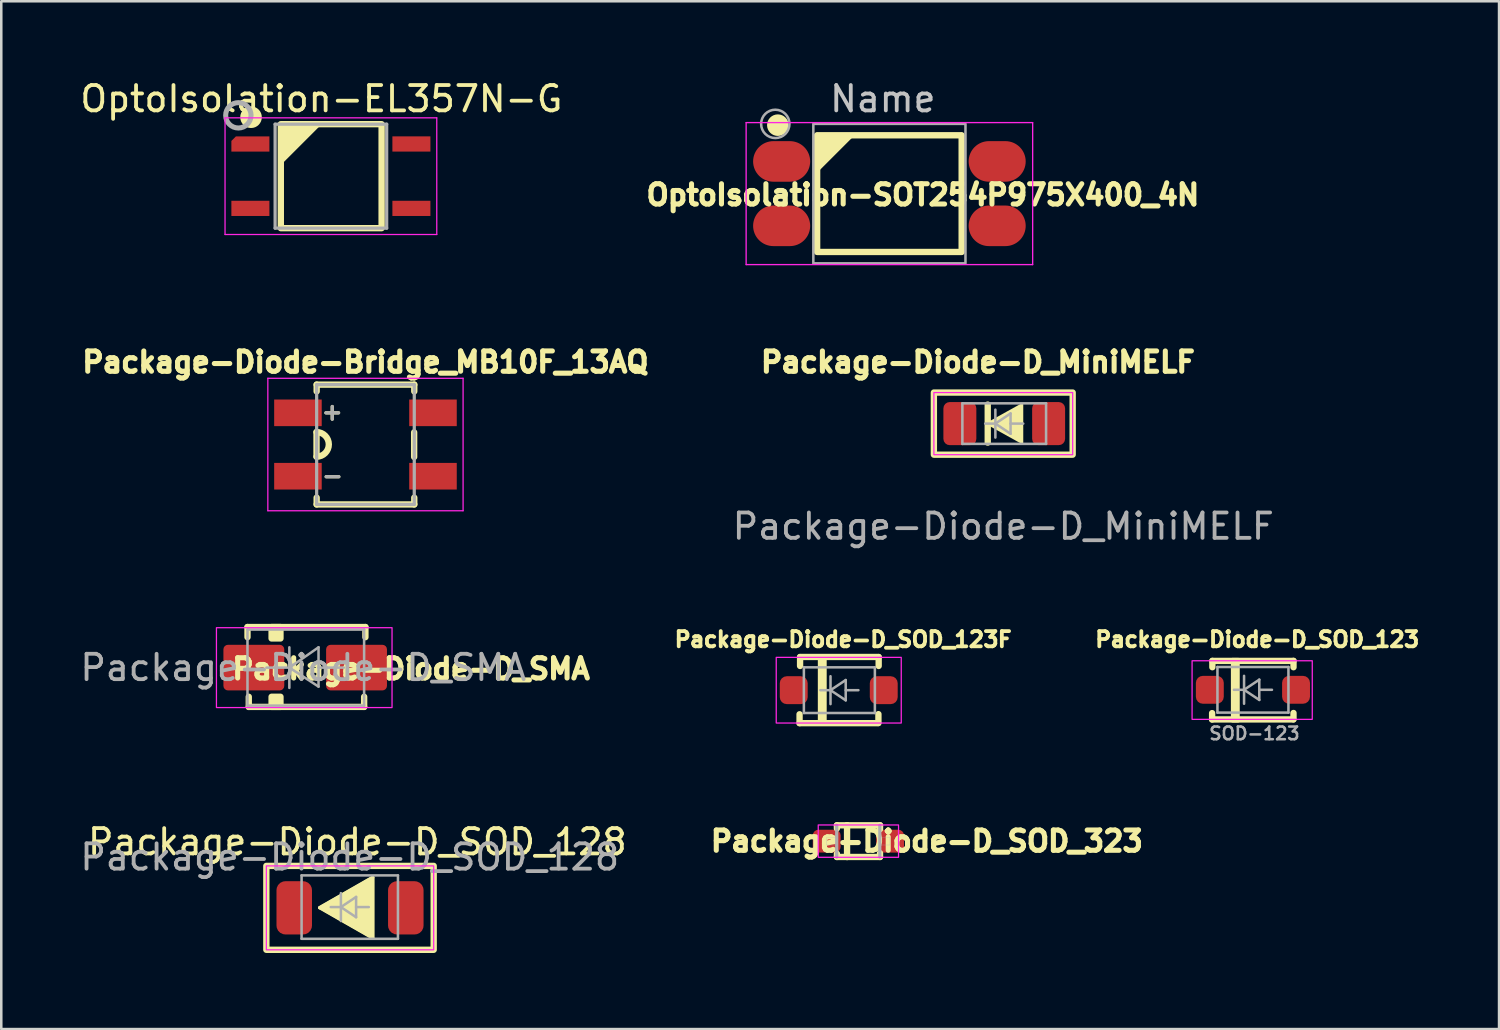
<source format=kicad_pcb>
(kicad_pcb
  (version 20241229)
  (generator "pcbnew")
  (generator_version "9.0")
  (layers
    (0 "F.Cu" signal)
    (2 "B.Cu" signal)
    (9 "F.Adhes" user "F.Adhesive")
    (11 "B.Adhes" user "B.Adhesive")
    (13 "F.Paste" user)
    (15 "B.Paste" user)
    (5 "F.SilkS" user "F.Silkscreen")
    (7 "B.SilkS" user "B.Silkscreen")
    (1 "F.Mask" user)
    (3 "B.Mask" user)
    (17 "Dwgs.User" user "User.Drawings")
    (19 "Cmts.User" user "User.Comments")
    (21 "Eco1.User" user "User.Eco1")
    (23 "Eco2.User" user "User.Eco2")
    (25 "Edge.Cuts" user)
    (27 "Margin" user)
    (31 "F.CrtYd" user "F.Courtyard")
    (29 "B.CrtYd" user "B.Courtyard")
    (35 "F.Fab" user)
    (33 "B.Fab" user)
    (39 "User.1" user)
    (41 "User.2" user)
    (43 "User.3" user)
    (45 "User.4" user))
  (footprint "Package-Diode-D_SOD_128"
    (layer "F.Cu")
    (at 10.744 32.753)
    (property "Reference" "Package-Diode-D_SOD_128" (at 0.3 -2.6 0) (layer "F.SilkS") (effects (font (size 1 1) (thickness 0.15))))
    (attr smd)
    (fp_line (start -1.19 0) (end 0.91 -1.2) (stroke (width 0.12) (type solid)) (layer "F.SilkS"))
    (fp_line (start 0.91 -1.2) (end 0.91 1.2) (stroke (width 0.12) (type solid)) (layer "F.SilkS"))
    (fp_line (start 0.91 1.2) (end -1.19 0) (stroke (width 0.12) (type solid)) (layer "F.SilkS"))
    (fp_rect (start -3.29 -1.655) (end 3.31 1.655) (stroke (width 0.25) (type solid)) (fill no) (layer "F.SilkS"))
    (fp_poly (pts (xy 0.91 1.185) (xy -1.19 -0.015) (xy 0.91 -1.215)) (stroke (width 0.12) (type solid)) (fill yes) (layer "F.SilkS"))
    (fp_rect (start -3.29 -1.655) (end 3.31 1.655) (stroke (width 0.05) (type default)) (fill no) (layer "F.CrtYd"))
    (fp_line (start -1.9 -1.28) (end 1.9 -1.28) (stroke (width 0.1) (type solid)) (layer "F.Fab"))
    (fp_line (start -1.9 1.22) (end -1.9 -1.28) (stroke (width 0.1) (type solid)) (layer "F.Fab"))
    (fp_line (start -0.75 -0.03) (end -0.35 -0.03) (stroke (width 0.1) (type solid)) (layer "F.Fab"))
    (fp_line (start -0.35 -0.03) (end -0.35 -0.58) (stroke (width 0.1) (type solid)) (layer "F.Fab"))
    (fp_line (start -0.35 -0.03) (end -0.35 0.52) (stroke (width 0.1) (type solid)) (layer "F.Fab"))
    (fp_line (start -0.35 -0.03) (end 0.25 -0.43) (stroke (width 0.1) (type solid)) (layer "F.Fab"))
    (fp_line (start 0.25 -0.43) (end 0.25 0.37) (stroke (width 0.1) (type solid)) (layer "F.Fab"))
    (fp_line (start 0.25 -0.03) (end 0.75 -0.03) (stroke (width 0.1) (type solid)) (layer "F.Fab"))
    (fp_line (start 0.25 0.37) (end -0.35 -0.03) (stroke (width 0.1) (type solid)) (layer "F.Fab"))
    (fp_line (start 1.9 -1.28) (end 1.9 1.22) (stroke (width 0.1) (type solid)) (layer "F.Fab"))
    (fp_line (start 1.9 1.22) (end -1.9 1.22) (stroke (width 0.1) (type solid)) (layer "F.Fab"))
    (fp_text user "${REFERENCE}" (at 0 -2 0) (layer "F.Fab") (effects (font (size 1 1) (thickness 0.15))))
    (pad "1" smd roundrect (at 2.21 0) (size 1.4 2.1) (layers "F.Cu" "F.Mask" "F.Paste") (roundrect_rratio 0.25))
    (pad "2" smd roundrect (at -2.19 0) (size 1.4 2.1) (layers "F.Cu" "F.Mask" "F.Paste") (roundrect_rratio 0.25)))
  (footprint "Package-Diode-D_SMA"
    (layer "F.Cu")
    (at 8.911 23.279)
    (property "Reference" "Package-Diode-D_SMA" (at 4.25 0.05 0) (unlocked yes) (layer "F.SilkS") (effects (font (size 0.8 0.8) (thickness 0.2) (bold yes))))
    (attr smd)
    (fp_line (start -2.2 -1.6) (end -2.2 -1.2) (stroke (width 0.25) (type default)) (layer "F.SilkS"))
    (fp_line (start -2.2 -1.6) (end 2.45 -1.6) (stroke (width 0.25) (type default)) (layer "F.SilkS"))
    (fp_line (start -2.15 1.15) (end -2.15 1.55) (stroke (width 0.25) (type default)) (layer "F.SilkS"))
    (fp_line (start -2.15 1.55) (end 2.4 1.55) (stroke (width 0.25) (type default)) (layer "F.SilkS"))
    (fp_line (start 2.4 1.55) (end 2.4 1.15) (stroke (width 0.25) (type default)) (layer "F.SilkS"))
    (fp_line (start 2.45 -1.6) (end 2.45 -1.2) (stroke (width 0.25) (type default)) (layer "F.SilkS"))
    (fp_rect (start -1.25 -1.6) (end -0.9 -1.15) (stroke (width 0.25) (type solid)) (fill yes) (layer "F.SilkS"))
    (fp_rect (start -1.25 1.15) (end -0.9 1.55) (stroke (width 0.25) (type solid)) (fill yes) (layer "F.SilkS"))
    (fp_rect (start -3.425 -1.575) (end 3.5 1.575) (stroke (width 0.05) (type default)) (fill no) (layer "F.CrtYd"))
    (fp_line (start -2.201 1.499) (end -2.201 -1.501) (stroke (width 0.1) (type solid)) (layer "F.Fab"))
    (fp_line (start -0.55 -0.8) (end -0.55 0.8) (stroke (width 0.1) (type solid)) (layer "F.Fab"))
    (fp_line (start -0.55 0) (end -1.452 0) (stroke (width 0.1) (type solid)) (layer "F.Fab"))
    (fp_line (start -0.55 0) (end 0.601 -0.8) (stroke (width 0.1) (type solid)) (layer "F.Fab"))
    (fp_line (start -0.55 0) (end 0.601 0.749) (stroke (width 0.1) (type solid)) (layer "F.Fab"))
    (fp_line (start 0.601 0) (end 1.599 0) (stroke (width 0.1) (type solid)) (layer "F.Fab"))
    (fp_line (start 0.601 0.749) (end 0.601 -0.8) (stroke (width 0.1) (type solid)) (layer "F.Fab"))
    (fp_line (start 2.399 -1.501) (end -2.201 -1.501) (stroke (width 0.1) (type solid)) (layer "F.Fab"))
    (fp_line (start 2.399 -1.501) (end 2.399 1.499) (stroke (width 0.1) (type solid)) (layer "F.Fab"))
    (fp_line (start 2.399 1.499) (end -2.201 1.499) (stroke (width 0.1) (type solid)) (layer "F.Fab"))
    (fp_text user "${REFERENCE}" (at 0 0 0) (unlocked yes) (layer "F.Fab") (effects (font (size 1 1) (thickness 0.15))))
    (pad "1" smd roundrect (at 2.1 0) (size 2.4 1.8) (layers "F.Cu" "F.Mask" "F.Paste") (roundrect_rratio 0.1))
    (pad "2" smd roundrect (at -1.95 0) (size 2.4 1.8) (layers "F.Cu" "F.Mask" "F.Paste") (roundrect_rratio 0.1)))
  (footprint "Package-Diode-D_SOD_123"
    (layer "F.Cu")
    (at 46.333 24.169)
    (property "Reference" "Package-Diode-D_SOD_123" (at 0.2 -2 180) (layer "F.SilkS") (effects (font (size 0.6 0.6) (thickness 0.15))))
    (attr smd)
    (fp_line (start -1.58 1.155) (end -1.58 0.905) (stroke (width 0.25) (type solid)) (layer "F.SilkS"))
    (fp_line (start -1.57 -1.155) (end -1.57 -0.905) (stroke (width 0.25) (type solid)) (layer "F.SilkS"))
    (fp_line (start -1.57 -1.155) (end 1.63 -1.155) (stroke (width 0.25) (type solid)) (layer "F.SilkS"))
    (fp_line (start 1.62 1.155) (end -1.58 1.155) (stroke (width 0.25) (type solid)) (layer "F.SilkS"))
    (fp_line (start 1.63 -1.155) (end 1.63 -0.905) (stroke (width 0.25) (type solid)) (layer "F.SilkS"))
    (fp_line (start 1.63 0.9) (end 1.63 1.15) (stroke (width 0.25) (type solid)) (layer "F.SilkS"))
    (fp_rect (start -0.78 -1.215) (end -0.55 1.215) (stroke (width 0.12) (type solid)) (fill yes) (layer "F.SilkS"))
    (fp_rect (start -2.37 -1.16) (end 2.37 1.15) (stroke (width 0.05) (type solid)) (fill no) (layer "F.CrtYd"))
    (fp_line (start -1.37 -0.915) (end 1.43 -0.915) (stroke (width 0.1) (type solid)) (layer "F.Fab"))
    (fp_line (start -1.37 0.885) (end -1.37 -0.915) (stroke (width 0.1) (type solid)) (layer "F.Fab"))
    (fp_line (start -0.72 -0.015) (end -0.32 -0.015) (stroke (width 0.1) (type solid)) (layer "F.Fab"))
    (fp_line (start -0.32 -0.015) (end -0.32 -0.565) (stroke (width 0.1) (type solid)) (layer "F.Fab"))
    (fp_line (start -0.32 -0.015) (end -0.32 0.535) (stroke (width 0.1) (type solid)) (layer "F.Fab"))
    (fp_line (start -0.32 -0.015) (end 0.28 -0.415) (stroke (width 0.1) (type solid)) (layer "F.Fab"))
    (fp_line (start 0.28 -0.415) (end 0.28 0.385) (stroke (width 0.1) (type solid)) (layer "F.Fab"))
    (fp_line (start 0.28 -0.015) (end 0.78 -0.015) (stroke (width 0.1) (type solid)) (layer "F.Fab"))
    (fp_line (start 0.28 0.385) (end -0.32 -0.015) (stroke (width 0.1) (type solid)) (layer "F.Fab"))
    (fp_line (start 1.43 -0.915) (end 1.43 0.885) (stroke (width 0.1) (type solid)) (layer "F.Fab"))
    (fp_line (start 1.43 0.885) (end -1.37 0.885) (stroke (width 0.1) (type solid)) (layer "F.Fab"))
    (fp_text user "SOD-123" (at -1.75 2 0) (unlocked yes) (layer "F.Fab") (effects (font (size 0.5 0.5) (thickness 0.1)) (justify left bottom)))
    (pad "1" smd roundrect (at 1.73 -0.015) (size 1.1 1.1) (layers "F.Cu" "F.Mask" "F.Paste") (roundrect_rratio 0.25))
    (pad "2" smd roundrect (at -1.67 -0.015) (size 1.1 1.1) (layers "F.Cu" "F.Mask" "F.Paste") (roundrect_rratio 0.25)))
  (footprint "OptoIsolation-SOT254P975X400_4N"
    (layer "F.Cu")
    (at 32.026 4.586)
    (property "Reference" "OptoIsolation-SOT254P975X400_4N" (at 1.32 0.05 180) (layer "F.SilkS") (effects (font (size 0.8 0.8) (thickness 0.3))))
    (attr smd)
    (fp_line (start -2.85 -2.3) (end 2.85 -2.3) (stroke (width 0.2) (type solid)) (layer "F.SilkS"))
    (fp_line (start -2.85 2.3) (end -2.85 -2.3) (stroke (width 0.2) (type solid)) (layer "F.SilkS"))
    (fp_line (start 2.85 -2.3) (end 2.85 2.3) (stroke (width 0.2) (type solid)) (layer "F.SilkS"))
    (fp_line (start 2.85 2.3) (end -2.85 2.3) (stroke (width 0.2) (type solid)) (layer "F.SilkS"))
    (fp_rect (start -2.85 -2.3) (end 2.85 2.3) (stroke (width 0.25) (type default)) (fill no) (layer "F.SilkS"))
    (fp_circle (center -4.4 -2.7) (end -4.1 -2.71) (stroke (width 0.25) (type solid)) (fill yes) (layer "F.SilkS"))
    (fp_poly (pts (xy -2.85 -2.3) (xy -1.46 -2.3) (xy -2.84 -0.92)) (stroke (width 0.12) (type solid)) (fill yes) (layer "F.SilkS"))
    (fp_line (start -5.65 -2.8) (end 5.65 -2.8) (stroke (width 0.052) (type solid)) (layer "F.CrtYd"))
    (fp_line (start -5.65 2.8) (end -5.65 -2.8) (stroke (width 0.052) (type solid)) (layer "F.CrtYd"))
    (fp_line (start 5.65 -2.8) (end 5.65 2.8) (stroke (width 0.052) (type solid)) (layer "F.CrtYd"))
    (fp_line (start 5.65 2.8) (end -5.65 2.8) (stroke (width 0.052) (type solid)) (layer "F.CrtYd"))
    (fp_rect (start -3 -2.75) (end 3 2.75) (stroke (width 0.1) (type default)) (fill no) (layer "F.Fab"))
    (fp_circle (center -4.5 -2.75) (end -4 -2.5) (stroke (width 0.1) (type default)) (fill no) (layer "F.Fab"))
    (fp_text user "Name" (at -0.26 -3.737 180) (layer "Dwgs.User") (effects (font (size 1.001 1.001) (thickness 0.15))))
    (pad "1" smd oval (at -4.25 -1.27) (size 2.25 1.6) (layers "F.Cu" "F.Mask" "F.Paste"))
    (pad "2" smd oval (at -4.25 1.27) (size 2.25 1.6) (layers "F.Cu" "F.Mask" "F.Paste"))
    (pad "3" smd oval (at 4.25 1.27) (size 2.25 1.6) (layers "F.Cu" "F.Mask" "F.Paste"))
    (pad "4" smd oval (at 4.25 -1.27) (size 2.25 1.6) (layers "F.Cu" "F.Mask" "F.Paste")))
  (footprint "OptoIsolation-EL357N-G"
    (layer "F.Cu")
    (at 10 3.898)
    (property "Reference" "OptoIsolation-EL357N-G" (at -0.375 -3.05 0) (layer "F.SilkS") (effects (font (size 1 1) (thickness 0.15))))
    (attr through_hole)
    (fp_rect (start -1.975 -2.05) (end 2 2.05) (stroke (width 0.25) (type solid)) (fill no) (layer "F.SilkS"))
    (fp_circle (center -3.15 -2.325) (end -2.825 -2.3) (stroke (width 0.2) (type solid)) (fill yes) (layer "F.SilkS"))
    (fp_poly (pts (xy -1.975 -2.05) (xy -0.45 -2.05) (xy -2 -0.5)) (stroke (width 0.12) (type solid)) (fill yes) (layer "F.SilkS"))
    (fp_line (start -4.175 -2.3) (end -4.175 2.3) (stroke (width 0.05) (type solid)) (layer "F.CrtYd"))
    (fp_line (start -4.175 2.3) (end 4.175 2.3) (stroke (width 0.05) (type solid)) (layer "F.CrtYd"))
    (fp_line (start 4.175 -2.3) (end -4.175 -2.3) (stroke (width 0.05) (type solid)) (layer "F.CrtYd"))
    (fp_line (start 4.175 2.3) (end 4.175 -2.3) (stroke (width 0.05) (type solid)) (layer "F.CrtYd"))
    (fp_line (start -2.2 -2.05) (end 2.2 -2.05) (stroke (width 0.127) (type solid)) (layer "F.Fab"))
    (fp_line (start -2.2 2.05) (end -2.2 -2.05) (stroke (width 0.127) (type solid)) (layer "F.Fab"))
    (fp_line (start 2.2 -2.05) (end 2.2 2.05) (stroke (width 0.127) (type solid)) (layer "F.Fab"))
    (fp_line (start 2.2 2.05) (end -2.2 2.05) (stroke (width 0.127) (type solid)) (layer "F.Fab"))
    (fp_circle (center -3.65 -2.4) (end -3.15 -2.4) (stroke (width 0.2) (type solid)) (fill no) (layer "F.Fab"))
    (pad "1" smd roundrect (at -3.175 -1.27) (size 1.5 0.6) (layers "F.Cu" "F.Mask" "F.Paste") (roundrect_rratio 0) (chamfer_ratio 0.3) (chamfer top_left))
    (pad "2" smd rect (at -3.175 1.27) (size 1.5 0.6) (layers "F.Cu" "F.Mask" "F.Paste"))
    (pad "3" smd rect (at 3.175 1.27) (size 1.5 0.6) (layers "F.Cu" "F.Mask" "F.Paste"))
    (pad "4" smd rect (at 3.175 -1.27) (size 1.5 0.6) (layers "F.Cu" "F.Mask" "F.Paste")))
  (footprint "Package-Diode-D_SOD_123F"
    (layer "F.Cu")
    (at 30.003 24.169)
    (property "Reference" "Package-Diode-D_SOD_123F" (at 0.2 -2 180) (layer "F.SilkS") (effects (font (size 0.6 0.6) (thickness 0.15))))
    (attr smd)
    (fp_line (start -1.52 1.3) (end -1.52 0.95) (stroke (width 0.25) (type solid)) (layer "F.SilkS"))
    (fp_line (start -1.5 -1.31) (end 1.6 -1.31) (stroke (width 0.25) (type solid)) (layer "F.SilkS"))
    (fp_line (start -1.5 -1.305) (end -1.5 -0.955) (stroke (width 0.25) (type solid)) (layer "F.SilkS"))
    (fp_line (start 1.58 1.3) (end -1.52 1.3) (stroke (width 0.25) (type solid)) (layer "F.SilkS"))
    (fp_line (start 1.59 0.945) (end 1.59 1.295) (stroke (width 0.25) (type solid)) (layer "F.SilkS"))
    (fp_line (start 1.6 -1.305) (end 1.6 -0.955) (stroke (width 0.25) (type solid)) (layer "F.SilkS"))
    (fp_rect (start -0.74 -1.325) (end -0.51 1.24) (stroke (width 0.12) (type solid)) (fill yes) (layer "F.SilkS"))
    (fp_rect (start -2.44 -1.295) (end 2.49 1.295) (stroke (width 0.05) (type solid)) (fill no) (layer "F.CrtYd"))
    (fp_line (start -1.35 -0.9) (end 1.45 -0.9) (stroke (width 0.1) (type solid)) (layer "F.Fab"))
    (fp_line (start -1.35 0.9) (end -1.35 -0.9) (stroke (width 0.1) (type solid)) (layer "F.Fab"))
    (fp_line (start -0.7 0) (end -0.3 0) (stroke (width 0.1) (type solid)) (layer "F.Fab"))
    (fp_line (start -0.3 0) (end -0.3 -0.55) (stroke (width 0.1) (type solid)) (layer "F.Fab"))
    (fp_line (start -0.3 0) (end -0.3 0.55) (stroke (width 0.1) (type solid)) (layer "F.Fab"))
    (fp_line (start -0.3 0) (end 0.3 -0.4) (stroke (width 0.1) (type solid)) (layer "F.Fab"))
    (fp_line (start 0.3 -0.4) (end 0.3 0.4) (stroke (width 0.1) (type solid)) (layer "F.Fab"))
    (fp_line (start 0.3 0) (end 0.8 0) (stroke (width 0.1) (type solid)) (layer "F.Fab"))
    (fp_line (start 0.3 0.4) (end -0.3 0) (stroke (width 0.1) (type solid)) (layer "F.Fab"))
    (fp_line (start 1.45 -0.9) (end 1.45 0.9) (stroke (width 0.1) (type solid)) (layer "F.Fab"))
    (fp_line (start 1.45 0.9) (end -1.35 0.9) (stroke (width 0.1) (type solid)) (layer "F.Fab"))
    (pad "1" smd roundrect (at 1.8 0) (size 1.1 1.1) (layers "F.Cu" "F.Mask" "F.Paste") (roundrect_rratio 0.25))
    (pad "2" smd roundrect (at -1.75 0) (size 1.1 1.1) (layers "F.Cu" "F.Mask" "F.Paste") (roundrect_rratio 0.25)))
  (footprint "Package-Diode-Bridge_MB10F_13AQ"
    (layer "F.Cu")
    (at 11.363 14.481)
    (property "Reference" "Package-Diode-Bridge_MB10F_13AQ" (at 0 -3.25 0) (layer "F.SilkS") (effects (font (size 0.8 0.8) (thickness 0.2))))
    (attr smd)
    (fp_line (start -1.93 0.48) (end -1.93 -0.49) (stroke (width 0.25) (type solid)) (layer "F.SilkS"))
    (fp_line (start -1.925 -2.362) (end -1.925 -2.095) (stroke (width 0.25) (type solid)) (layer "F.SilkS"))
    (fp_line (start -1.925 2.095) (end -1.925 2.362) (stroke (width 0.25) (type solid)) (layer "F.SilkS"))
    (fp_line (start -1.925 2.362) (end 1.925 2.362) (stroke (width 0.25) (type solid)) (layer "F.SilkS"))
    (fp_line (start -1.56 -1.25) (end -1.06 -1.25) (stroke (width 0.127) (type solid)) (layer "F.SilkS"))
    (fp_line (start -1.55 1.27) (end -1.05 1.27) (stroke (width 0.127) (type solid)) (layer "F.SilkS"))
    (fp_line (start -1.31 -1.5) (end -1.31 -1) (stroke (width 0.127) (type solid)) (layer "F.SilkS"))
    (fp_line (start 1.92 0.49) (end 1.92 -0.48) (stroke (width 0.25) (type solid)) (layer "F.SilkS"))
    (fp_line (start 1.925 -2.362) (end -1.925 -2.362) (stroke (width 0.25) (type solid)) (layer "F.SilkS"))
    (fp_line (start 1.925 -2.095) (end 1.925 -2.362) (stroke (width 0.25) (type solid)) (layer "F.SilkS"))
    (fp_line (start 1.925 2.362) (end 1.925 2.095) (stroke (width 0.25) (type solid)) (layer "F.SilkS"))
    (fp_arc (start -1.93 -0.49) (mid -1.445 -0.005) (end -1.93 0.48) (stroke (width 0.25) (type solid)) (layer "F.SilkS"))
    (fp_line (start -3.85 2.612) (end -3.85 -2.612) (stroke (width 0.05) (type solid)) (layer "F.CrtYd"))
    (fp_line (start 3.85 -2.612) (end -3.85 -2.612) (stroke (width 0.05) (type solid)) (layer "F.CrtYd"))
    (fp_line (start 3.85 2.612) (end -3.85 2.612) (stroke (width 0.05) (type solid)) (layer "F.CrtYd"))
    (fp_line (start 3.85 2.612) (end 3.85 -2.612) (stroke (width 0.05) (type solid)) (layer "F.CrtYd"))
    (fp_line (start -1.925 2.362) (end -1.925 -2.362) (stroke (width 0.127) (type solid)) (layer "F.Fab"))
    (fp_line (start -1.56 -1.25) (end -1.06 -1.25) (stroke (width 0.127) (type solid)) (layer "F.Fab"))
    (fp_line (start -1.55 1.27) (end -1.05 1.27) (stroke (width 0.127) (type solid)) (layer "F.Fab"))
    (fp_line (start -1.31 -1.5) (end -1.31 -1) (stroke (width 0.127) (type solid)) (layer "F.Fab"))
    (fp_line (start 1.925 -2.362) (end -1.925 -2.362) (stroke (width 0.127) (type solid)) (layer "F.Fab"))
    (fp_line (start 1.925 2.362) (end -1.925 2.362) (stroke (width 0.127) (type solid)) (layer "F.Fab"))
    (fp_line (start 1.925 2.362) (end 1.925 -2.362) (stroke (width 0.127) (type solid)) (layer "F.Fab"))
    (pad "1" smd rect (at -2.663 -1.25) (size 1.875 1.05) (layers "F.Cu" "F.Mask" "F.Paste"))
    (pad "2" smd rect (at 2.663 1.25 180) (size 1.875 1.05) (layers "F.Cu" "F.Mask" "F.Paste"))
    (pad "3" smd rect (at -2.663 1.25) (size 1.875 1.05) (layers "F.Cu" "F.Mask" "F.Paste"))
    (pad "4" smd rect (at 2.663 -1.25 180) (size 1.875 1.05) (layers "F.Cu" "F.Mask" "F.Paste")))
  (footprint "Package-Diode-D_MiniMELF"
    (layer "F.Cu")
    (at 36.517 13.656)
    (property "Reference" "Package-Diode-D_MiniMELF" (at -1 -2.425 0) (unlocked yes) (layer "F.SilkS") (effects (font (size 0.8 0.8) (thickness 0.2) (bold yes))))
    (attr smd)
    (fp_line (start -0.613 -0.75) (end -0.613 0.75) (stroke (width 0.25) (type default)) (layer "F.SilkS"))
    (fp_rect (start -2.737 -1.225) (end 2.737 1.225) (stroke (width 0.25) (type default)) (fill no) (layer "F.SilkS"))
    (fp_poly (pts (xy -0.613 0) (xy 0.738 -0.75) (xy 0.738 0.75)) (stroke (width 0.1) (type solid)) (fill yes) (layer "F.SilkS"))
    (fp_rect (start -2.737 -1.225) (end 2.737 1.225) (stroke (width 0.05) (type default)) (fill no) (layer "F.CrtYd"))
    (fp_line (start -1.613 -0.8) (end 1.688 -0.8) (stroke (width 0.1) (type solid)) (layer "F.Fab"))
    (fp_line (start -1.613 0.8) (end -1.613 -0.8) (stroke (width 0.1) (type solid)) (layer "F.Fab"))
    (fp_line (start -0.713 0) (end -0.312 0) (stroke (width 0.1) (type solid)) (layer "F.Fab"))
    (fp_line (start -0.312 0) (end -0.312 -0.55) (stroke (width 0.1) (type solid)) (layer "F.Fab"))
    (fp_line (start -0.312 0) (end -0.312 0.55) (stroke (width 0.1) (type solid)) (layer "F.Fab"))
    (fp_line (start -0.312 0) (end 0.287 -0.4) (stroke (width 0.1) (type solid)) (layer "F.Fab"))
    (fp_line (start 0.287 -0.4) (end 0.287 0.4) (stroke (width 0.1) (type solid)) (layer "F.Fab"))
    (fp_line (start 0.287 0) (end 0.787 0) (stroke (width 0.1) (type solid)) (layer "F.Fab"))
    (fp_line (start 0.287 0.4) (end -0.312 0) (stroke (width 0.1) (type solid)) (layer "F.Fab"))
    (fp_line (start 1.688 -0.8) (end 1.688 0.8) (stroke (width 0.1) (type solid)) (layer "F.Fab"))
    (fp_line (start 1.688 0.8) (end -1.613 0.8) (stroke (width 0.1) (type solid)) (layer "F.Fab"))
    (fp_text user "${REFERENCE}" (at 0 4.05 0) (unlocked yes) (layer "F.Fab") (effects (font (size 1 1) (thickness 0.15))))
    (pad "1" smd roundrect (at 1.788 0) (size 1.3 1.7) (layers "F.Cu" "F.Mask" "F.Paste") (roundrect_rratio 0.192))
    (pad "2" smd roundrect (at -1.712 0) (size 1.3 1.7) (layers "F.Cu" "F.Mask" "F.Paste") (roundrect_rratio 0.192)))
  (footprint "Package-Diode-D_SOD_323"
    (layer "F.Cu")
    (at 30.803 30.124)
    (property "Reference" "Package-Diode-D_SOD_323" (at 2.7 0 180) (layer "F.SilkS") (effects (font (size 0.8 0.8) (thickness 0.2) (bold yes))))
    (attr smd)
    (fp_line (start -0.847 -0.627) (end -0.847 -0.502) (stroke (width 0.25) (type solid)) (layer "F.SilkS"))
    (fp_line (start -0.847 -0.627) (end -0.447 -0.627) (stroke (width 0.25) (type solid)) (layer "F.SilkS"))
    (fp_line (start -0.847 0.498) (end -0.847 0.623) (stroke (width 0.25) (type solid)) (layer "F.SilkS"))
    (fp_line (start -0.447 -0.627) (end 0.853 -0.627) (stroke (width 0.25) (type solid)) (layer "F.SilkS"))
    (fp_line (start -0.447 0.623) (end -0.847 0.623) (stroke (width 0.25) (type solid)) (layer "F.SilkS"))
    (fp_line (start -0.447 0.623) (end -0.447 -0.627) (stroke (width 0.25) (type solid)) (layer "F.SilkS"))
    (fp_line (start 0.853 -0.627) (end 0.853 -0.477) (stroke (width 0.25) (type solid)) (layer "F.SilkS"))
    (fp_line (start 0.853 0.473) (end 0.853 0.623) (stroke (width 0.25) (type solid)) (layer "F.SilkS"))
    (fp_line (start 0.853 0.623) (end -0.447 0.623) (stroke (width 0.25) (type solid)) (layer "F.SilkS"))
    (fp_rect (start -1.583 -0.64) (end 1.583 0.635) (stroke (width 0.05) (type solid)) (fill no) (layer "F.CrtYd"))
    (fp_line (start -0.855 0.625) (end -0.855 -0.625) (stroke (width 0.127) (type solid)) (layer "F.Fab"))
    (fp_line (start 0.845 -0.625) (end 0.845 0.625) (stroke (width 0.127) (type solid)) (layer "F.Fab"))
    (fp_poly (pts (xy -0.856 0.15) (xy -1.255 0.15) (xy -1.255 -0.15) (xy -0.856 -0.15)) (stroke (width 0.01) (type solid)) (fill no) (layer "F.Fab"))
    (fp_poly (pts (xy 1.246 0.15) (xy 0.845 0.15) (xy 0.845 -0.15) (xy 1.246 -0.15)) (stroke (width 0.01) (type solid)) (fill no) (layer "F.Fab"))
    (pad "1" smd roundrect (at 1.25 0 180) (size 1.1 0.9) (layers "F.Cu" "F.Paste") (roundrect_rratio 0.25))
    (pad "2" smd roundrect (at -1.25 -0.002 180) (size 1.1 0.9) (layers "F.Cu" "F.Paste") (roundrect_rratio 0.25)))
  (gr_rect
    (start -3 -3)
    (end 56.069 37.533)
    (stroke (width 0.1) (type default))
    (fill no)
    (layer "Edge.Cuts")))
</source>
